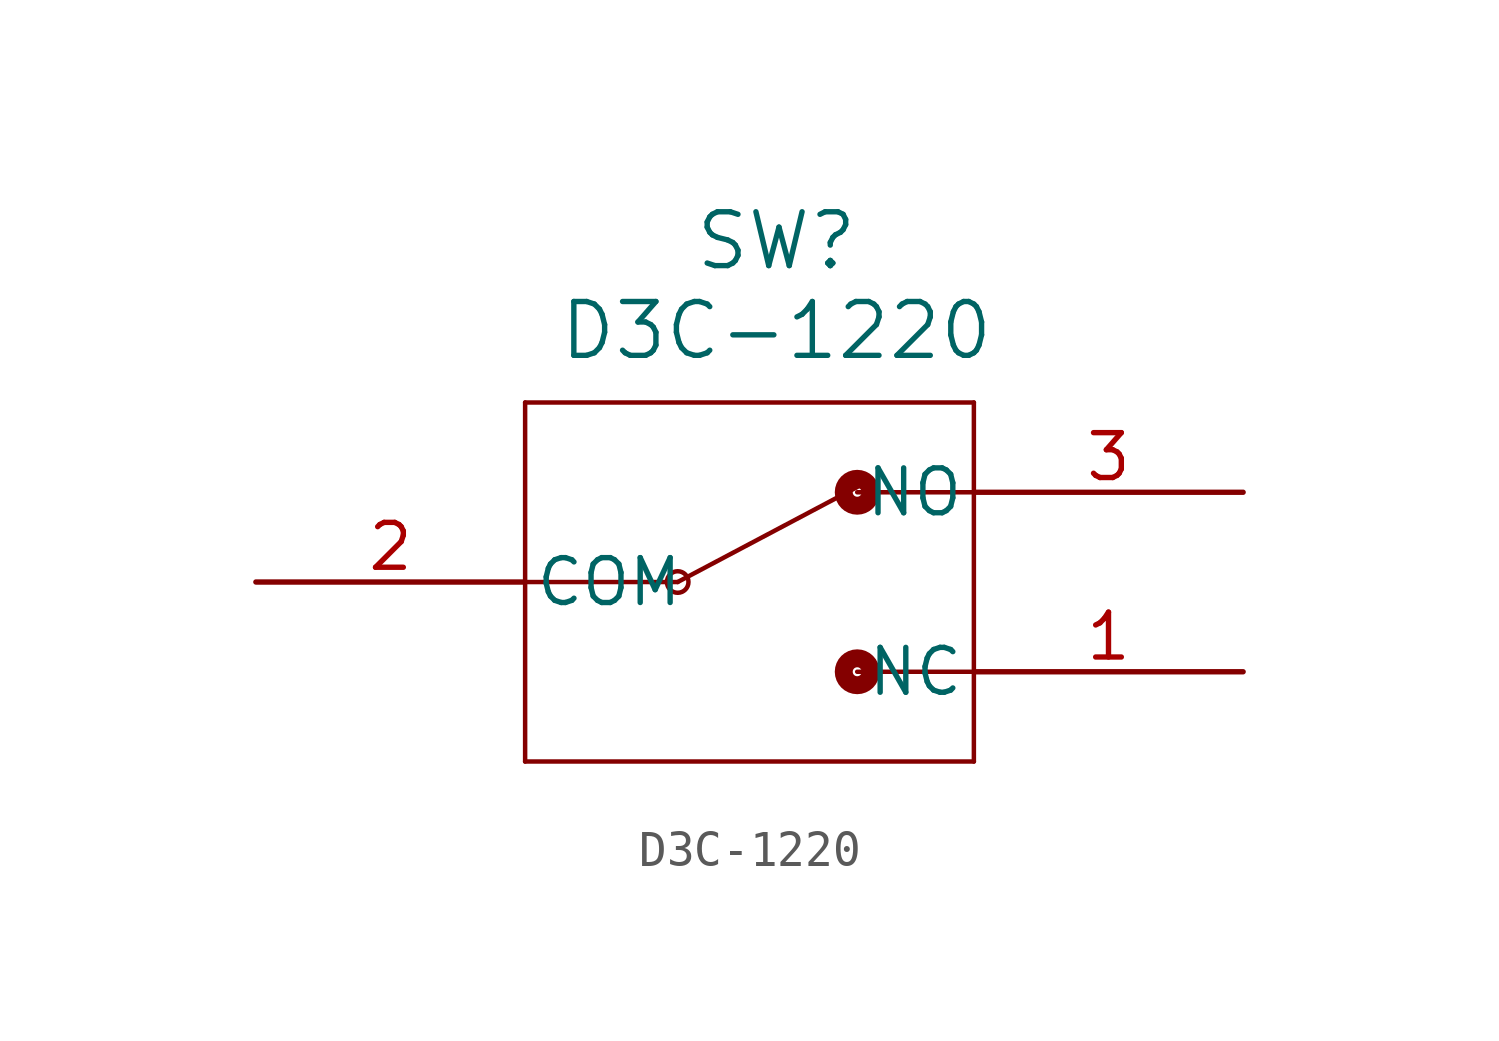
<source format=kicad_sym>
(kicad_symbol_lib
  (version 20241209)
  (generator "kicad_symbol_editor")
  (generator_version "9.0")
  (symbol "D3C-1220"
    (pin_names
      (offset 0.254))
    (property "Reference" "SW"
      (at 14.732 9.652 0)
      (effects (font (size 1.524 1.524))))
    (property "Value" "D3C-1220"
      (at 14.732 7.112 0)
      (effects (font (size 1.524 1.524))))
    (symbol "D3C-1220_0_1"
      (polyline (pts (xy 7.62 5.08) (xy 7.62 -5.08)) (stroke (width 0.127) (type default)) (fill (type none)))
      (polyline (pts (xy 7.62 0) (xy 11.938 0)) (stroke (width 0.127) (type default)) (fill (type none)))
      (polyline (pts (xy 7.62 -5.08) (xy 20.32 -5.08)) (stroke (width 0.127) (type default)) (fill (type none)))
      (polyline (pts (xy 11.938 0) (xy 17.335 2.857)) (stroke (width 0.127) (type default)) (fill (type none)))
      (circle (center 11.938 0) (radius 0.305) (stroke (width 0.127) (type default)) (fill (type none)))
      (polyline (pts (xy 17.018 2.54) (xy 20.32 2.54)) (stroke (width 0.127) (type default)) (fill (type none)))
      (circle (center 17.018 2.54) (radius 0.127) (stroke (width 0.508) (type default)) (fill (type none)))
      (polyline (pts (xy 17.018 -2.54) (xy 20.32 -2.54)) (stroke (width 0.127) (type default)) (fill (type none)))
      (circle (center 17.018 -2.54) (radius 0.127) (stroke (width 0.508) (type default)) (fill (type none)))
      (polyline (pts (xy 20.32 5.08) (xy 7.62 5.08)) (stroke (width 0.127) (type default)) (fill (type none)))
      (polyline (pts (xy 20.32 -5.08) (xy 20.32 5.08)) (stroke (width 0.127) (type default)) (fill (type none)))
      (pin unspecified line (at 0 0 0) (length 7.62) (name "COM" (effects (font (size 1.27 1.27)))) (number "2" (effects (font (size 1.27 1.27)))))
      (pin unspecified line (at 27.94 2.54 180) (length 7.62) (name "NO" (effects (font (size 1.27 1.27)))) (number "3" (effects (font (size 1.27 1.27)))))
      (pin unspecified line (at 27.94 -2.54 180) (length 7.62) (name "NC" (effects (font (size 1.27 1.27)))) (number "1" (effects (font (size 1.27 1.27))))))))
</source>
